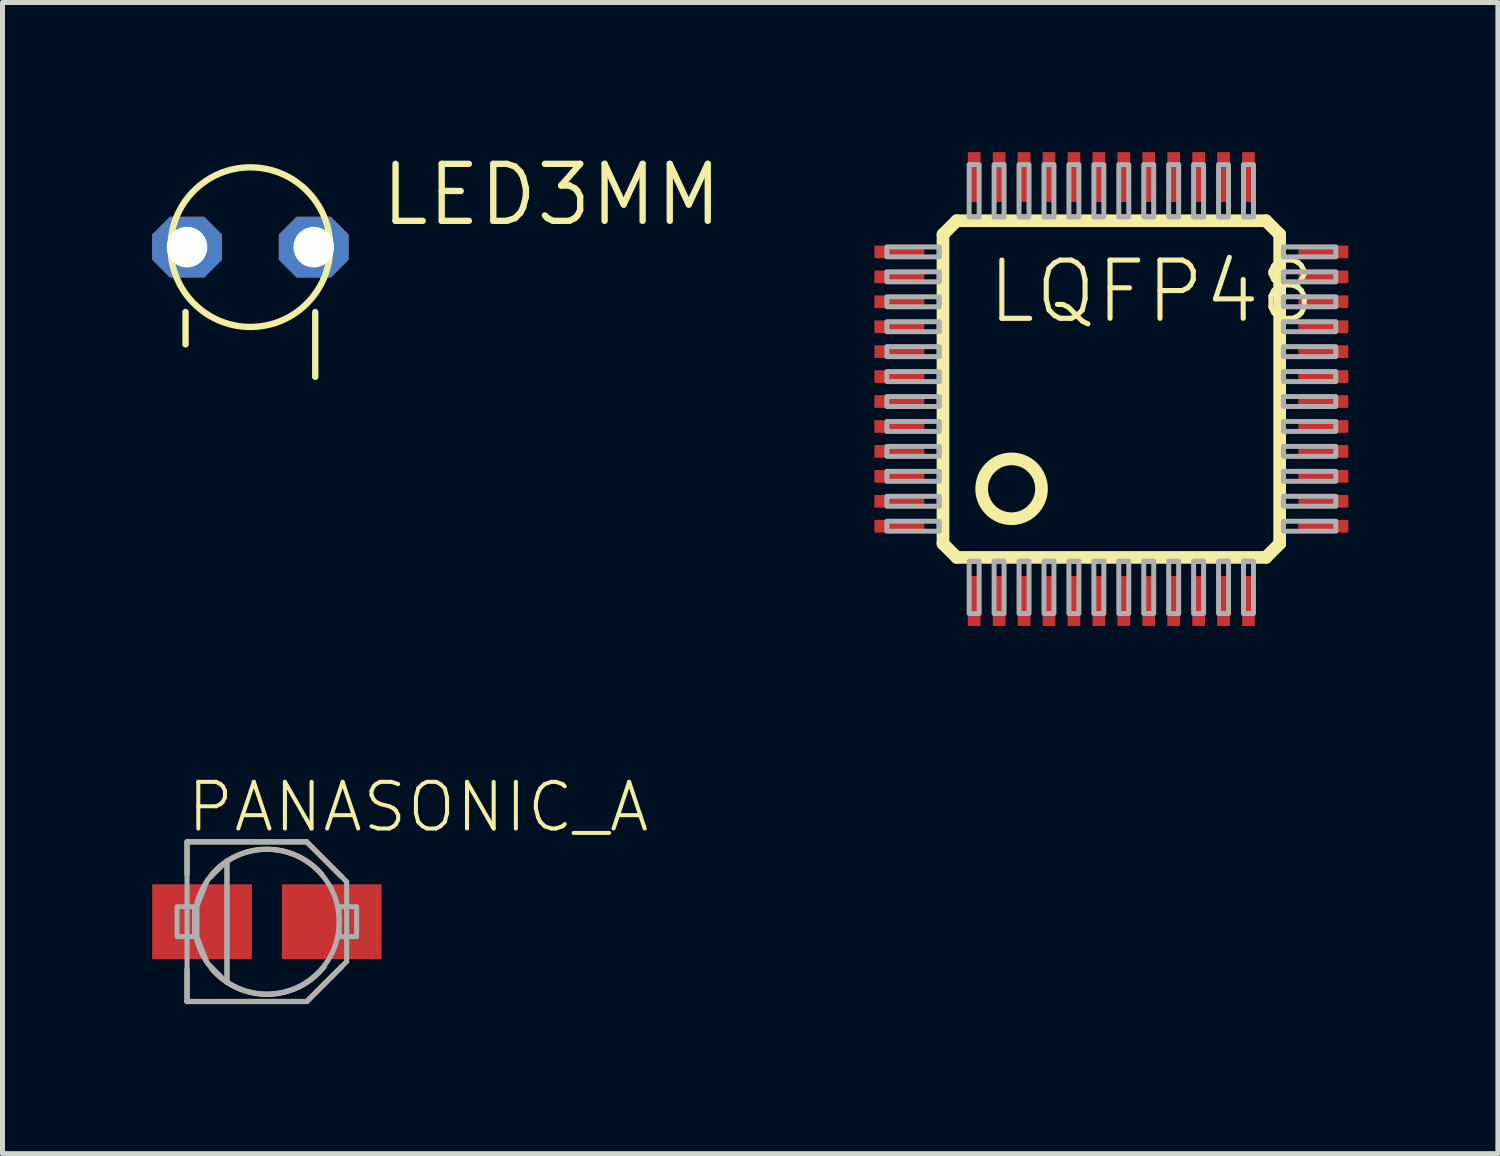
<source format=kicad_pcb>
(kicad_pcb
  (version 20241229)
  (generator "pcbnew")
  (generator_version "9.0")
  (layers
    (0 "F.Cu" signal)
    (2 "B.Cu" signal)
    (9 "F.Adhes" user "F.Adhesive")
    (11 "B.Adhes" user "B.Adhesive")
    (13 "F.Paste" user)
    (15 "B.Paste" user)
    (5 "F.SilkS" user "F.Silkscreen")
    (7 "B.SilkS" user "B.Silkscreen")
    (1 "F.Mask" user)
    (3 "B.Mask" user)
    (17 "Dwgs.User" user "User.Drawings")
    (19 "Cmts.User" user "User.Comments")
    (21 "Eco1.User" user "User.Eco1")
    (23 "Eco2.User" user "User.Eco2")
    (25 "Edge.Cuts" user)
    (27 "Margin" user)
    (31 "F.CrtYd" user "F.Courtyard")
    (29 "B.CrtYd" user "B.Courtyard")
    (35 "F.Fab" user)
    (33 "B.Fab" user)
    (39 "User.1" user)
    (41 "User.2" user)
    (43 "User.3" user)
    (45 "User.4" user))
  (footprint "PANASONIC_A"
    (layer "F.Cu")
    (at 2.3 15.429)
    (property "Reference" "PANASONIC_A" (at -1.65 -1.75 0) (layer "F.SilkS") (effects (font (size 0.935 0.935) (thickness 0.081)) (justify left bottom)))
    (fp_line (start -1.6 -1.6) (end 0.8 -1.6) (stroke (width 0.102) (type solid)) (layer "F.SilkS"))
    (fp_line (start -1.6 -0.95) (end -1.6 -1.6) (stroke (width 0.102) (type solid)) (layer "F.SilkS"))
    (fp_line (start -1.6 1.6) (end -1.6 0.95) (stroke (width 0.102) (type solid)) (layer "F.SilkS"))
    (fp_line (start 0.8 -1.6) (end 1.5 -0.9) (stroke (width 0.102) (type solid)) (layer "F.SilkS"))
    (fp_line (start 0.8 1.6) (end -1.6 1.6) (stroke (width 0.102) (type solid)) (layer "F.SilkS"))
    (fp_line (start 1.5 0.9) (end 0.8 1.6) (stroke (width 0.102) (type solid)) (layer "F.SilkS"))
    (fp_arc (start -1.1 -0.95) (mid 0 -1.453444) (end 1.1 -0.95) (stroke (width 0.1016) (type solid)) (layer "F.SilkS"))
    (fp_arc (start 1.149999 0.9) (mid 0.03681 1.456451) (end -1.1 0.95) (stroke (width 0.1016) (type solid)) (layer "F.SilkS"))
    (fp_line (start -1.6 -1.6) (end 0.8 -1.6) (stroke (width 0.102) (type solid)) (layer "F.Fab"))
    (fp_line (start -1.6 1.6) (end -1.6 -1.6) (stroke (width 0.102) (type solid)) (layer "F.Fab"))
    (fp_line (start -0.8 -1.2) (end -0.8 1.2) (stroke (width 0.102) (type solid)) (layer "F.Fab"))
    (fp_line (start 0.8 -1.6) (end 1.6 -0.8) (stroke (width 0.102) (type solid)) (layer "F.Fab"))
    (fp_line (start 0.8 1.6) (end -1.6 1.6) (stroke (width 0.102) (type solid)) (layer "F.Fab"))
    (fp_line (start 1.6 -0.8) (end 1.6 0.8) (stroke (width 0.102) (type solid)) (layer "F.Fab"))
    (fp_line (start 1.6 0.8) (end 0.8 1.6) (stroke (width 0.102) (type solid)) (layer "F.Fab"))
    (fp_circle (center 0 0) (end 1.45 0) (stroke (width 0.102) (type solid)) (fill no) (layer "F.Fab"))
    (fp_poly (pts (xy -1.8 0.3) (xy -1.45 0.3) (xy -1.45 -0.3) (xy -1.8 -0.3)) (stroke (width 0.1) (type solid)) (fill no) (layer "F.Fab"))
    (fp_poly (pts (xy 1.45 0.3) (xy 1.8 0.3) (xy 1.8 -0.3) (xy 1.45 -0.3)) (stroke (width 0.1) (type solid)) (fill no) (layer "F.Fab"))
    (fp_poly (pts (xy -0.799 1.223) (xy -1.193 0.829) (xy -1.401 0.31) (xy -1.401 -0.31) (xy -1.193 -0.829) (xy -0.799 -1.223)) (stroke (width 0.1) (type solid)) (fill no) (layer "F.Fab"))
    (pad "+" smd rect (at 1.3 0) (size 2 1.5) (layers "F.Cu" "F.Mask" "F.Paste"))
    (pad "-" smd rect (at -1.3 0) (size 2 1.5) (layers "F.Cu" "F.Mask" "F.Paste")))
  (footprint "LQFP48"
    (layer "F.Cu")
    (at 19.231 4.75)
    (property "Reference" "LQFP48" (at -2.54 -1.27 0) (layer "F.SilkS") (effects (font (size 1.168 1.168) (thickness 0.102)) (justify left bottom)))
    (fp_line (start -3.375 -3.1) (end -3.1 -3.375) (stroke (width 0.254) (type solid)) (layer "F.SilkS"))
    (fp_line (start -3.375 3.1) (end -3.375 -3.1) (stroke (width 0.254) (type solid)) (layer "F.SilkS"))
    (fp_line (start -3.1 -3.375) (end 3.1 -3.375) (stroke (width 0.254) (type solid)) (layer "F.SilkS"))
    (fp_line (start -3.1 3.375) (end -3.375 3.1) (stroke (width 0.254) (type solid)) (layer "F.SilkS"))
    (fp_line (start 3.1 -3.375) (end 3.375 -3.1) (stroke (width 0.254) (type solid)) (layer "F.SilkS"))
    (fp_line (start 3.1 3.375) (end -3.1 3.375) (stroke (width 0.254) (type solid)) (layer "F.SilkS"))
    (fp_line (start 3.375 -3.1) (end 3.375 3.1) (stroke (width 0.254) (type solid)) (layer "F.SilkS"))
    (fp_line (start 3.375 3.1) (end 3.1 3.375) (stroke (width 0.254) (type solid)) (layer "F.SilkS"))
    (fp_circle (center -2 2) (end -1.4 2) (stroke (width 0.254) (type solid)) (fill no) (layer "F.SilkS"))
    (fp_poly (pts (xy -4.5 -2.65) (xy -3.45 -2.65) (xy -3.45 -2.85) (xy -4.5 -2.85)) (stroke (width 0.1) (type solid)) (fill no) (layer "F.Fab"))
    (fp_poly (pts (xy -4.5 -2.15) (xy -3.45 -2.15) (xy -3.45 -2.35) (xy -4.5 -2.35)) (stroke (width 0.1) (type solid)) (fill no) (layer "F.Fab"))
    (fp_poly (pts (xy -4.5 -1.65) (xy -3.45 -1.65) (xy -3.45 -1.85) (xy -4.5 -1.85)) (stroke (width 0.1) (type solid)) (fill no) (layer "F.Fab"))
    (fp_poly (pts (xy -4.5 -1.15) (xy -3.45 -1.15) (xy -3.45 -1.35) (xy -4.5 -1.35)) (stroke (width 0.1) (type solid)) (fill no) (layer "F.Fab"))
    (fp_poly (pts (xy -4.5 -0.65) (xy -3.45 -0.65) (xy -3.45 -0.85) (xy -4.5 -0.85)) (stroke (width 0.1) (type solid)) (fill no) (layer "F.Fab"))
    (fp_poly (pts (xy -4.5 -0.15) (xy -3.45 -0.15) (xy -3.45 -0.35) (xy -4.5 -0.35)) (stroke (width 0.1) (type solid)) (fill no) (layer "F.Fab"))
    (fp_poly (pts (xy -4.5 0.35) (xy -3.45 0.35) (xy -3.45 0.15) (xy -4.5 0.15)) (stroke (width 0.1) (type solid)) (fill no) (layer "F.Fab"))
    (fp_poly (pts (xy -4.5 0.85) (xy -3.45 0.85) (xy -3.45 0.65) (xy -4.5 0.65)) (stroke (width 0.1) (type solid)) (fill no) (layer "F.Fab"))
    (fp_poly (pts (xy -4.5 1.35) (xy -3.45 1.35) (xy -3.45 1.15) (xy -4.5 1.15)) (stroke (width 0.1) (type solid)) (fill no) (layer "F.Fab"))
    (fp_poly (pts (xy -4.5 1.85) (xy -3.45 1.85) (xy -3.45 1.65) (xy -4.5 1.65)) (stroke (width 0.1) (type solid)) (fill no) (layer "F.Fab"))
    (fp_poly (pts (xy -4.5 2.35) (xy -3.45 2.35) (xy -3.45 2.15) (xy -4.5 2.15)) (stroke (width 0.1) (type solid)) (fill no) (layer "F.Fab"))
    (fp_poly (pts (xy -4.5 2.85) (xy -3.45 2.85) (xy -3.45 2.65) (xy -4.5 2.65)) (stroke (width 0.1) (type solid)) (fill no) (layer "F.Fab"))
    (fp_poly (pts (xy -2.85 -3.45) (xy -2.65 -3.45) (xy -2.65 -4.5) (xy -2.85 -4.5)) (stroke (width 0.1) (type solid)) (fill no) (layer "F.Fab"))
    (fp_poly (pts (xy -2.85 4.5) (xy -2.65 4.5) (xy -2.65 3.45) (xy -2.85 3.45)) (stroke (width 0.1) (type solid)) (fill no) (layer "F.Fab"))
    (fp_poly (pts (xy -2.35 -3.45) (xy -2.15 -3.45) (xy -2.15 -4.5) (xy -2.35 -4.5)) (stroke (width 0.1) (type solid)) (fill no) (layer "F.Fab"))
    (fp_poly (pts (xy -2.35 4.5) (xy -2.15 4.5) (xy -2.15 3.45) (xy -2.35 3.45)) (stroke (width 0.1) (type solid)) (fill no) (layer "F.Fab"))
    (fp_poly (pts (xy -1.85 -3.45) (xy -1.65 -3.45) (xy -1.65 -4.5) (xy -1.85 -4.5)) (stroke (width 0.1) (type solid)) (fill no) (layer "F.Fab"))
    (fp_poly (pts (xy -1.85 4.5) (xy -1.65 4.5) (xy -1.65 3.45) (xy -1.85 3.45)) (stroke (width 0.1) (type solid)) (fill no) (layer "F.Fab"))
    (fp_poly (pts (xy -1.35 -3.45) (xy -1.15 -3.45) (xy -1.15 -4.5) (xy -1.35 -4.5)) (stroke (width 0.1) (type solid)) (fill no) (layer "F.Fab"))
    (fp_poly (pts (xy -1.35 4.5) (xy -1.15 4.5) (xy -1.15 3.45) (xy -1.35 3.45)) (stroke (width 0.1) (type solid)) (fill no) (layer "F.Fab"))
    (fp_poly (pts (xy -0.85 -3.45) (xy -0.65 -3.45) (xy -0.65 -4.5) (xy -0.85 -4.5)) (stroke (width 0.1) (type solid)) (fill no) (layer "F.Fab"))
    (fp_poly (pts (xy -0.85 4.5) (xy -0.65 4.5) (xy -0.65 3.45) (xy -0.85 3.45)) (stroke (width 0.1) (type solid)) (fill no) (layer "F.Fab"))
    (fp_poly (pts (xy -0.35 -3.45) (xy -0.15 -3.45) (xy -0.15 -4.5) (xy -0.35 -4.5)) (stroke (width 0.1) (type solid)) (fill no) (layer "F.Fab"))
    (fp_poly (pts (xy -0.35 4.5) (xy -0.15 4.5) (xy -0.15 3.45) (xy -0.35 3.45)) (stroke (width 0.1) (type solid)) (fill no) (layer "F.Fab"))
    (fp_poly (pts (xy 0.15 -3.45) (xy 0.35 -3.45) (xy 0.35 -4.5) (xy 0.15 -4.5)) (stroke (width 0.1) (type solid)) (fill no) (layer "F.Fab"))
    (fp_poly (pts (xy 0.15 4.5) (xy 0.35 4.5) (xy 0.35 3.45) (xy 0.15 3.45)) (stroke (width 0.1) (type solid)) (fill no) (layer "F.Fab"))
    (fp_poly (pts (xy 0.65 -3.45) (xy 0.85 -3.45) (xy 0.85 -4.5) (xy 0.65 -4.5)) (stroke (width 0.1) (type solid)) (fill no) (layer "F.Fab"))
    (fp_poly (pts (xy 0.65 4.5) (xy 0.85 4.5) (xy 0.85 3.45) (xy 0.65 3.45)) (stroke (width 0.1) (type solid)) (fill no) (layer "F.Fab"))
    (fp_poly (pts (xy 1.15 -3.45) (xy 1.35 -3.45) (xy 1.35 -4.5) (xy 1.15 -4.5)) (stroke (width 0.1) (type solid)) (fill no) (layer "F.Fab"))
    (fp_poly (pts (xy 1.15 4.5) (xy 1.35 4.5) (xy 1.35 3.45) (xy 1.15 3.45)) (stroke (width 0.1) (type solid)) (fill no) (layer "F.Fab"))
    (fp_poly (pts (xy 1.65 -3.45) (xy 1.85 -3.45) (xy 1.85 -4.5) (xy 1.65 -4.5)) (stroke (width 0.1) (type solid)) (fill no) (layer "F.Fab"))
    (fp_poly (pts (xy 1.65 4.5) (xy 1.85 4.5) (xy 1.85 3.45) (xy 1.65 3.45)) (stroke (width 0.1) (type solid)) (fill no) (layer "F.Fab"))
    (fp_poly (pts (xy 2.15 -3.45) (xy 2.35 -3.45) (xy 2.35 -4.5) (xy 2.15 -4.5)) (stroke (width 0.1) (type solid)) (fill no) (layer "F.Fab"))
    (fp_poly (pts (xy 2.15 4.5) (xy 2.35 4.5) (xy 2.35 3.45) (xy 2.15 3.45)) (stroke (width 0.1) (type solid)) (fill no) (layer "F.Fab"))
    (fp_poly (pts (xy 2.65 -3.45) (xy 2.85 -3.45) (xy 2.85 -4.5) (xy 2.65 -4.5)) (stroke (width 0.1) (type solid)) (fill no) (layer "F.Fab"))
    (fp_poly (pts (xy 2.65 4.5) (xy 2.85 4.5) (xy 2.85 3.45) (xy 2.65 3.45)) (stroke (width 0.1) (type solid)) (fill no) (layer "F.Fab"))
    (fp_poly (pts (xy 3.45 -2.65) (xy 4.5 -2.65) (xy 4.5 -2.85) (xy 3.45 -2.85)) (stroke (width 0.1) (type solid)) (fill no) (layer "F.Fab"))
    (fp_poly (pts (xy 3.45 -2.15) (xy 4.5 -2.15) (xy 4.5 -2.35) (xy 3.45 -2.35)) (stroke (width 0.1) (type solid)) (fill no) (layer "F.Fab"))
    (fp_poly (pts (xy 3.45 -1.65) (xy 4.5 -1.65) (xy 4.5 -1.85) (xy 3.45 -1.85)) (stroke (width 0.1) (type solid)) (fill no) (layer "F.Fab"))
    (fp_poly (pts (xy 3.45 -1.15) (xy 4.5 -1.15) (xy 4.5 -1.35) (xy 3.45 -1.35)) (stroke (width 0.1) (type solid)) (fill no) (layer "F.Fab"))
    (fp_poly (pts (xy 3.45 -0.65) (xy 4.5 -0.65) (xy 4.5 -0.85) (xy 3.45 -0.85)) (stroke (width 0.1) (type solid)) (fill no) (layer "F.Fab"))
    (fp_poly (pts (xy 3.45 -0.15) (xy 4.5 -0.15) (xy 4.5 -0.35) (xy 3.45 -0.35)) (stroke (width 0.1) (type solid)) (fill no) (layer "F.Fab"))
    (fp_poly (pts (xy 3.45 0.35) (xy 4.5 0.35) (xy 4.5 0.15) (xy 3.45 0.15)) (stroke (width 0.1) (type solid)) (fill no) (layer "F.Fab"))
    (fp_poly (pts (xy 3.45 0.85) (xy 4.5 0.85) (xy 4.5 0.65) (xy 3.45 0.65)) (stroke (width 0.1) (type solid)) (fill no) (layer "F.Fab"))
    (fp_poly (pts (xy 3.45 1.35) (xy 4.5 1.35) (xy 4.5 1.15) (xy 3.45 1.15)) (stroke (width 0.1) (type solid)) (fill no) (layer "F.Fab"))
    (fp_poly (pts (xy 3.45 1.85) (xy 4.5 1.85) (xy 4.5 1.65) (xy 3.45 1.65)) (stroke (width 0.1) (type solid)) (fill no) (layer "F.Fab"))
    (fp_poly (pts (xy 3.45 2.35) (xy 4.5 2.35) (xy 4.5 2.15) (xy 3.45 2.15)) (stroke (width 0.1) (type solid)) (fill no) (layer "F.Fab"))
    (fp_poly (pts (xy 3.45 2.85) (xy 4.5 2.85) (xy 4.5 2.65) (xy 3.45 2.65)) (stroke (width 0.1) (type solid)) (fill no) (layer "F.Fab"))
    (pad "1" smd rect (at -2.75 4.25) (size 0.254 1) (layers "F.Cu" "F.Mask" "F.Paste"))
    (pad "2" smd rect (at -2.25 4.25) (size 0.254 1) (layers "F.Cu" "F.Mask" "F.Paste"))
    (pad "3" smd rect (at -1.75 4.25) (size 0.254 1) (layers "F.Cu" "F.Mask" "F.Paste"))
    (pad "4" smd rect (at -1.25 4.25) (size 0.254 1) (layers "F.Cu" "F.Mask" "F.Paste"))
    (pad "5" smd rect (at -0.75 4.25) (size 0.254 1) (layers "F.Cu" "F.Mask" "F.Paste"))
    (pad "6" smd rect (at -0.25 4.25) (size 0.254 1) (layers "F.Cu" "F.Mask" "F.Paste"))
    (pad "7" smd rect (at 0.25 4.25) (size 0.254 1) (layers "F.Cu" "F.Mask" "F.Paste"))
    (pad "8" smd rect (at 0.75 4.25) (size 0.254 1) (layers "F.Cu" "F.Mask" "F.Paste"))
    (pad "9" smd rect (at 1.25 4.25) (size 0.254 1) (layers "F.Cu" "F.Mask" "F.Paste"))
    (pad "10" smd rect (at 1.75 4.25) (size 0.254 1) (layers "F.Cu" "F.Mask" "F.Paste"))
    (pad "11" smd rect (at 2.25 4.25) (size 0.254 1) (layers "F.Cu" "F.Mask" "F.Paste"))
    (pad "12" smd rect (at 2.75 4.25) (size 0.254 1) (layers "F.Cu" "F.Mask" "F.Paste"))
    (pad "13" smd rect (at 4.25 2.75) (size 1 0.254) (layers "F.Cu" "F.Mask" "F.Paste"))
    (pad "14" smd rect (at 4.25 2.25) (size 1 0.254) (layers "F.Cu" "F.Mask" "F.Paste"))
    (pad "15" smd rect (at 4.25 1.75) (size 1 0.254) (layers "F.Cu" "F.Mask" "F.Paste"))
    (pad "16" smd rect (at 4.25 1.25) (size 1 0.254) (layers "F.Cu" "F.Mask" "F.Paste"))
    (pad "17" smd rect (at 4.25 0.75) (size 1 0.254) (layers "F.Cu" "F.Mask" "F.Paste"))
    (pad "18" smd rect (at 4.25 0.25) (size 1 0.254) (layers "F.Cu" "F.Mask" "F.Paste"))
    (pad "19" smd rect (at 4.25 -0.25) (size 1 0.254) (layers "F.Cu" "F.Mask" "F.Paste"))
    (pad "20" smd rect (at 4.25 -0.75) (size 1 0.254) (layers "F.Cu" "F.Mask" "F.Paste"))
    (pad "21" smd rect (at 4.25 -1.25) (size 1 0.254) (layers "F.Cu" "F.Mask" "F.Paste"))
    (pad "22" smd rect (at 4.25 -1.75) (size 1 0.254) (layers "F.Cu" "F.Mask" "F.Paste"))
    (pad "23" smd rect (at 4.25 -2.25) (size 1 0.254) (layers "F.Cu" "F.Mask" "F.Paste"))
    (pad "24" smd rect (at 4.25 -2.75) (size 1 0.254) (layers "F.Cu" "F.Mask" "F.Paste"))
    (pad "25" smd rect (at 2.75 -4.25) (size 0.254 1) (layers "F.Cu" "F.Mask" "F.Paste"))
    (pad "26" smd rect (at 2.25 -4.25) (size 0.254 1) (layers "F.Cu" "F.Mask" "F.Paste"))
    (pad "27" smd rect (at 1.75 -4.25) (size 0.254 1) (layers "F.Cu" "F.Mask" "F.Paste"))
    (pad "28" smd rect (at 1.25 -4.25) (size 0.254 1) (layers "F.Cu" "F.Mask" "F.Paste"))
    (pad "29" smd rect (at 0.75 -4.25) (size 0.254 1) (layers "F.Cu" "F.Mask" "F.Paste"))
    (pad "30" smd rect (at 0.25 -4.25) (size 0.254 1) (layers "F.Cu" "F.Mask" "F.Paste"))
    (pad "31" smd rect (at -0.25 -4.25) (size 0.254 1) (layers "F.Cu" "F.Mask" "F.Paste"))
    (pad "32" smd rect (at -0.75 -4.25) (size 0.254 1) (layers "F.Cu" "F.Mask" "F.Paste"))
    (pad "33" smd rect (at -1.25 -4.25) (size 0.254 1) (layers "F.Cu" "F.Mask" "F.Paste"))
    (pad "34" smd rect (at -1.75 -4.25) (size 0.254 1) (layers "F.Cu" "F.Mask" "F.Paste"))
    (pad "35" smd rect (at -2.25 -4.25) (size 0.254 1) (layers "F.Cu" "F.Mask" "F.Paste"))
    (pad "36" smd rect (at -2.75 -4.25) (size 0.254 1) (layers "F.Cu" "F.Mask" "F.Paste"))
    (pad "37" smd rect (at -4.25 -2.75) (size 1 0.254) (layers "F.Cu" "F.Mask" "F.Paste"))
    (pad "38" smd rect (at -4.25 -2.25) (size 1 0.254) (layers "F.Cu" "F.Mask" "F.Paste"))
    (pad "39" smd rect (at -4.25 -1.75) (size 1 0.254) (layers "F.Cu" "F.Mask" "F.Paste"))
    (pad "40" smd rect (at -4.25 -1.25) (size 1 0.254) (layers "F.Cu" "F.Mask" "F.Paste"))
    (pad "41" smd rect (at -4.25 -0.75) (size 1 0.254) (layers "F.Cu" "F.Mask" "F.Paste"))
    (pad "42" smd rect (at -4.25 -0.25) (size 1 0.254) (layers "F.Cu" "F.Mask" "F.Paste"))
    (pad "43" smd rect (at -4.25 0.25) (size 1 0.254) (layers "F.Cu" "F.Mask" "F.Paste"))
    (pad "44" smd rect (at -4.25 0.75) (size 1 0.254) (layers "F.Cu" "F.Mask" "F.Paste"))
    (pad "45" smd rect (at -4.25 1.25) (size 1 0.254) (layers "F.Cu" "F.Mask" "F.Paste"))
    (pad "46" smd rect (at -4.25 1.75) (size 1 0.254) (layers "F.Cu" "F.Mask" "F.Paste"))
    (pad "47" smd rect (at -4.25 2.25) (size 1 0.254) (layers "F.Cu" "F.Mask" "F.Paste"))
    (pad "48" smd rect (at -4.25 2.75) (size 1 0.254) (layers "F.Cu" "F.Mask" "F.Paste")))
  (footprint "LED3MM"
    (layer "F.Cu")
    (at 1.97 1.905)
    (property "Reference" "LED3MM" (at 2.555 -0.381 0) (layer "F.SilkS") (effects (font (size 1.143 1.143) (thickness 0.127)) (justify left bottom)))
    (fp_line (start -1.3 1.3) (end -1.3 1.95) (stroke (width 0.127) (type solid)) (layer "F.SilkS"))
    (fp_line (start 1.3 1.3) (end 1.3 2.6) (stroke (width 0.127) (type solid)) (layer "F.SilkS"))
    (fp_circle (center 0 0) (end 1.6 0) (stroke (width 0.127) (type solid)) (fill no) (layer "F.SilkS"))
    (pad "1" thru_hole roundrect (at -1.27 0) (size 1.4 1.219) (drill 0.813) (layers "*.Cu" "*.Mask") (roundrect_rratio 0.25) (chamfer_ratio 0.293) (chamfer top_left top_right bottom_left bottom_right))
    (pad "2" thru_hole roundrect (at 1.27 0) (size 1.4 1.219) (drill 0.813) (layers "*.Cu" "*.Mask") (roundrect_rratio 0.25) (chamfer_ratio 0.293) (chamfer top_left top_right bottom_left bottom_right)))
  (gr_rect
    (start -3 -3)
    (end 26.981 20.079)
    (stroke (width 0.1) (type default))
    (fill no)
    (layer "Edge.Cuts")))
</source>
